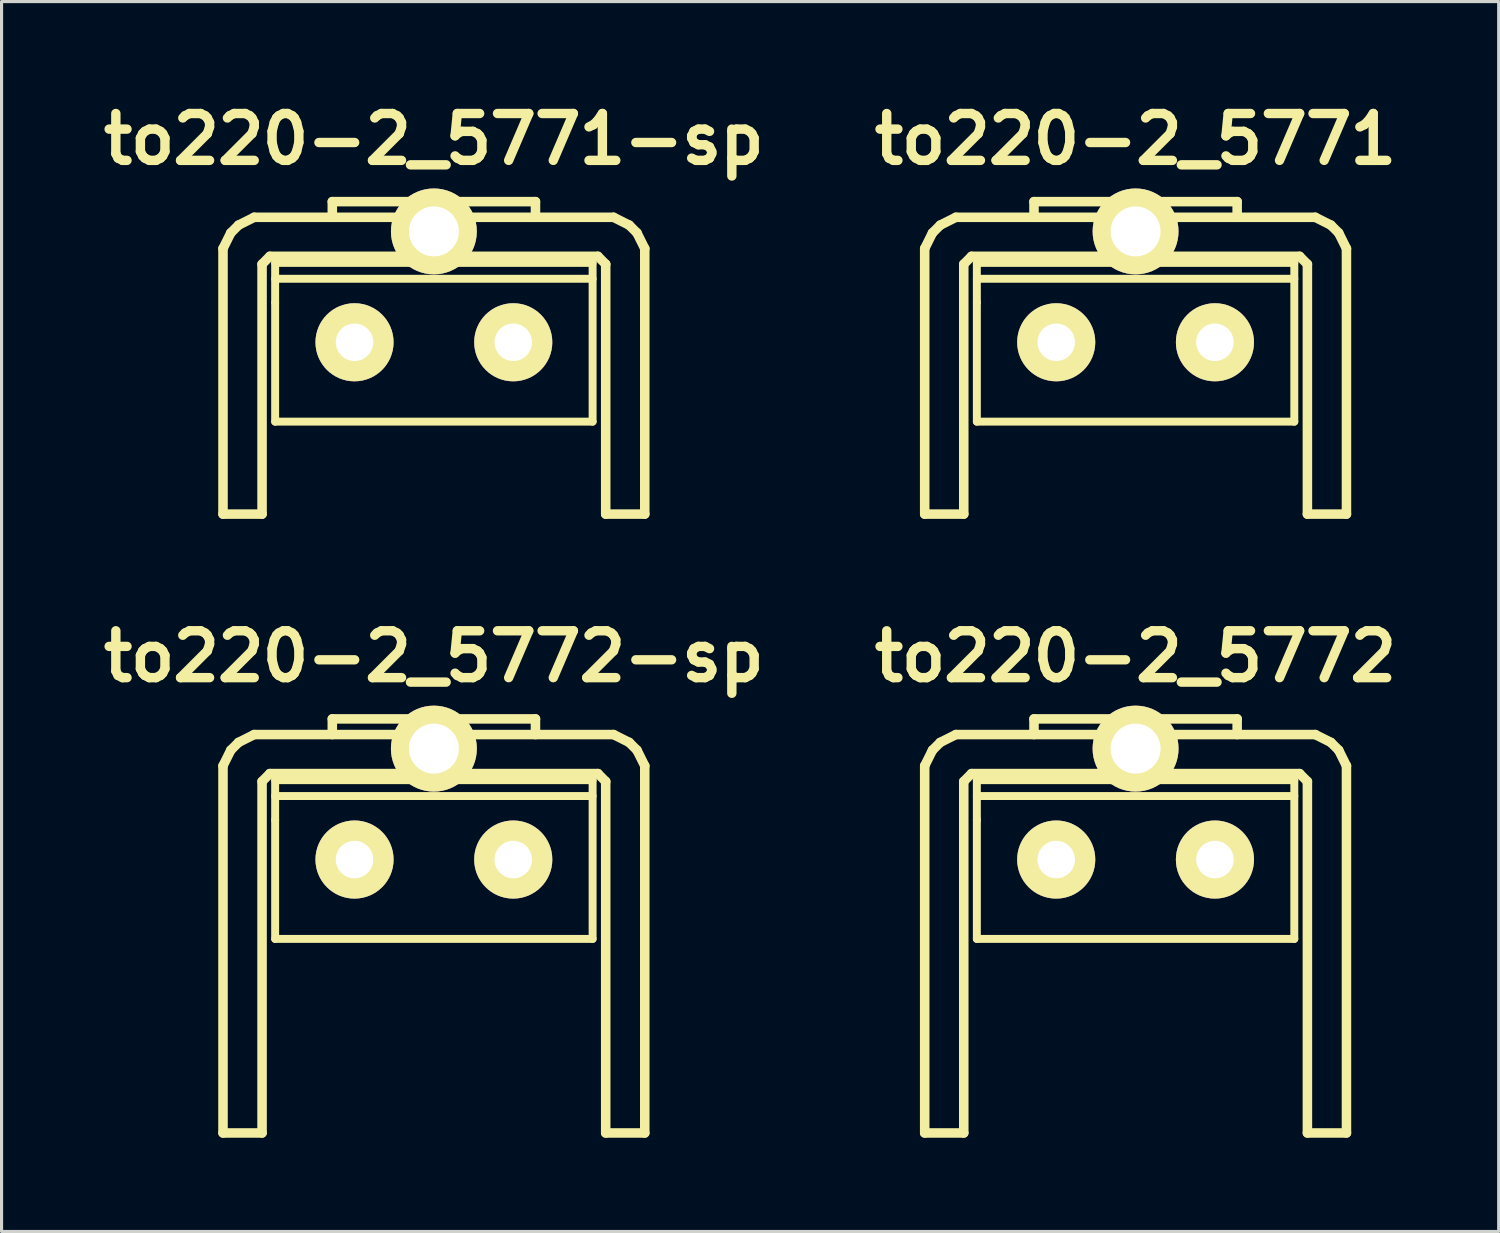
<source format=kicad_pcb>
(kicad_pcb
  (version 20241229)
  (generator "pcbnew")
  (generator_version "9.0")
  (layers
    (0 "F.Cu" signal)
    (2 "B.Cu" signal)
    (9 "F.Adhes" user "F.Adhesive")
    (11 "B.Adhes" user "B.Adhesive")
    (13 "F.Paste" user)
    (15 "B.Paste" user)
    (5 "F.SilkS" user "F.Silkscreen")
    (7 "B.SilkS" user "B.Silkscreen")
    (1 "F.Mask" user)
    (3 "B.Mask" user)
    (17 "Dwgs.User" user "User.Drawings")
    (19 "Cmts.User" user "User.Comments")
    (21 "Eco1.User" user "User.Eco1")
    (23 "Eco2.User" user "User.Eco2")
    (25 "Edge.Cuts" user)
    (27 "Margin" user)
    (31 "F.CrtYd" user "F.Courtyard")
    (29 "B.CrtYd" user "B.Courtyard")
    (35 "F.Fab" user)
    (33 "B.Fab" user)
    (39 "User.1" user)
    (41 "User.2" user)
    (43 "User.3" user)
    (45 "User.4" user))
  (footprint "to220-2_5771"
    (layer "F.Cu")
    (at 33.293 7.904)
    (property "Reference" "to220-2_5771" (at 0 -6.5 0) (layer "F.SilkS") (effects (font (size 1.5 1.5) (thickness 0.3))))
    (attr through_hole)
    (fp_line (start -6.749 -3) (end -6.749 5.499) (stroke (width 0.305) (type solid)) (layer "F.SilkS"))
    (fp_line (start -6.749 -3) (end -6.5 -3.5) (stroke (width 0.305) (type solid)) (layer "F.SilkS"))
    (fp_line (start -6.5 -3.5) (end -6.251 -3.749) (stroke (width 0.305) (type solid)) (layer "F.SilkS"))
    (fp_line (start -6.251 -3.749) (end -5.751 -4) (stroke (width 0.305) (type solid)) (layer "F.SilkS"))
    (fp_line (start -5.499 -2.499) (end -5.25 -2.751) (stroke (width 0.305) (type solid)) (layer "F.SilkS"))
    (fp_line (start -5.499 5.499) (end -6.749 5.499) (stroke (width 0.305) (type solid)) (layer "F.SilkS"))
    (fp_line (start -5.499 5.499) (end -5.499 -2.499) (stroke (width 0.305) (type solid)) (layer "F.SilkS"))
    (fp_line (start -5.25 -2.751) (end 5.25 -2.751) (stroke (width 0.305) (type solid)) (layer "F.SilkS"))
    (fp_line (start -5.08 -2.54) (end -5.08 -1.27) (stroke (width 0.254) (type solid)) (layer "F.SilkS"))
    (fp_line (start -5.08 -2.032) (end 5.08 -2.032) (stroke (width 0.254) (type solid)) (layer "F.SilkS"))
    (fp_line (start -5.08 -1.27) (end -5.08 2.54) (stroke (width 0.254) (type solid)) (layer "F.SilkS"))
    (fp_line (start -5.08 2.54) (end 5.08 2.54) (stroke (width 0.254) (type solid)) (layer "F.SilkS"))
    (fp_line (start -3.251 -4.501) (end 3.251 -4.501) (stroke (width 0.305) (type solid)) (layer "F.SilkS"))
    (fp_line (start -3.251 -4) (end -3.251 -4.501) (stroke (width 0.305) (type solid)) (layer "F.SilkS"))
    (fp_line (start 3.251 -4.501) (end 3.251 -4) (stroke (width 0.305) (type solid)) (layer "F.SilkS"))
    (fp_line (start 5.08 -2.54) (end -5.08 -2.54) (stroke (width 0.254) (type solid)) (layer "F.SilkS"))
    (fp_line (start 5.08 2.54) (end 5.08 -2.54) (stroke (width 0.254) (type solid)) (layer "F.SilkS"))
    (fp_line (start 5.25 -2.751) (end 5.499 -2.499) (stroke (width 0.305) (type solid)) (layer "F.SilkS"))
    (fp_line (start 5.499 5.499) (end 5.499 -2.499) (stroke (width 0.305) (type solid)) (layer "F.SilkS"))
    (fp_line (start 5.751 -4) (end -5.751 -4) (stroke (width 0.305) (type solid)) (layer "F.SilkS"))
    (fp_line (start 5.751 -4) (end 6.251 -3.749) (stroke (width 0.305) (type solid)) (layer "F.SilkS"))
    (fp_line (start 6.251 -3.749) (end 6.5 -3.5) (stroke (width 0.305) (type solid)) (layer "F.SilkS"))
    (fp_line (start 6.5 -3.5) (end 6.749 -3) (stroke (width 0.305) (type solid)) (layer "F.SilkS"))
    (fp_line (start 6.749 -3) (end 6.749 5.499) (stroke (width 0.305) (type solid)) (layer "F.SilkS"))
    (fp_line (start 6.749 5.499) (end 5.499 5.499) (stroke (width 0.305) (type solid)) (layer "F.SilkS"))
    (pad "" thru_hole circle (at 0 -3.548) (size 2.748 2.748) (drill 1.598) (layers "*.Cu" "*.Mask" "F.SilkS"))
    (pad "1" thru_hole circle (at 2.54 0) (size 2.499 2.499) (drill 1.199) (layers "*.Cu" "*.Mask" "F.SilkS"))
    (pad "2" thru_hole circle (at -2.54 0) (size 2.499 2.499) (drill 1.199) (layers "*.Cu" "*.Mask" "F.SilkS")))
  (footprint "to220-2_5771-sp"
    (layer "F.Cu")
    (at 10.836 7.904)
    (property "Reference" "to220-2_5771-sp" (at 0 -6.5 0) (layer "F.SilkS") (effects (font (size 1.5 1.5) (thickness 0.3))))
    (attr through_hole)
    (fp_line (start -6.749 -3) (end -6.749 5.499) (stroke (width 0.305) (type solid)) (layer "F.SilkS"))
    (fp_line (start -6.749 -3) (end -6.5 -3.5) (stroke (width 0.305) (type solid)) (layer "F.SilkS"))
    (fp_line (start -6.5 -3.5) (end -6.251 -3.749) (stroke (width 0.305) (type solid)) (layer "F.SilkS"))
    (fp_line (start -6.251 -3.749) (end -5.751 -4) (stroke (width 0.305) (type solid)) (layer "F.SilkS"))
    (fp_line (start -5.499 -2.499) (end -5.25 -2.751) (stroke (width 0.305) (type solid)) (layer "F.SilkS"))
    (fp_line (start -5.499 5.499) (end -6.749 5.499) (stroke (width 0.305) (type solid)) (layer "F.SilkS"))
    (fp_line (start -5.499 5.499) (end -5.499 -2.499) (stroke (width 0.305) (type solid)) (layer "F.SilkS"))
    (fp_line (start -5.25 -2.751) (end 5.25 -2.751) (stroke (width 0.305) (type solid)) (layer "F.SilkS"))
    (fp_line (start -5.08 -2.54) (end -5.08 -1.27) (stroke (width 0.254) (type solid)) (layer "F.SilkS"))
    (fp_line (start -5.08 -2.032) (end 5.08 -2.032) (stroke (width 0.254) (type solid)) (layer "F.SilkS"))
    (fp_line (start -5.08 -1.27) (end -5.08 2.54) (stroke (width 0.254) (type solid)) (layer "F.SilkS"))
    (fp_line (start -5.08 2.54) (end 5.08 2.54) (stroke (width 0.254) (type solid)) (layer "F.SilkS"))
    (fp_line (start -3.251 -4.501) (end 3.251 -4.501) (stroke (width 0.305) (type solid)) (layer "F.SilkS"))
    (fp_line (start -3.251 -4) (end -3.251 -4.501) (stroke (width 0.305) (type solid)) (layer "F.SilkS"))
    (fp_line (start 3.251 -4.501) (end 3.251 -4) (stroke (width 0.305) (type solid)) (layer "F.SilkS"))
    (fp_line (start 5.08 -2.54) (end -5.08 -2.54) (stroke (width 0.254) (type solid)) (layer "F.SilkS"))
    (fp_line (start 5.08 2.54) (end 5.08 -2.54) (stroke (width 0.254) (type solid)) (layer "F.SilkS"))
    (fp_line (start 5.25 -2.751) (end 5.499 -2.499) (stroke (width 0.305) (type solid)) (layer "F.SilkS"))
    (fp_line (start 5.499 5.499) (end 5.499 -2.499) (stroke (width 0.305) (type solid)) (layer "F.SilkS"))
    (fp_line (start 5.751 -4) (end -5.751 -4) (stroke (width 0.305) (type solid)) (layer "F.SilkS"))
    (fp_line (start 5.751 -4) (end 6.251 -3.749) (stroke (width 0.305) (type solid)) (layer "F.SilkS"))
    (fp_line (start 6.251 -3.749) (end 6.5 -3.5) (stroke (width 0.305) (type solid)) (layer "F.SilkS"))
    (fp_line (start 6.5 -3.5) (end 6.749 -3) (stroke (width 0.305) (type solid)) (layer "F.SilkS"))
    (fp_line (start 6.749 -3) (end 6.749 5.499) (stroke (width 0.305) (type solid)) (layer "F.SilkS"))
    (fp_line (start 6.749 5.499) (end 5.499 5.499) (stroke (width 0.305) (type solid)) (layer "F.SilkS"))
    (pad "" thru_hole circle (at 0 -3.548) (size 2.748 2.748) (drill 1.598) (layers "*.Cu" "*.Mask" "F.SilkS"))
    (pad "1" thru_hole circle (at -2.54 0) (size 2.499 2.499) (drill 1.199) (layers "*.Cu" "*.Mask" "F.SilkS"))
    (pad "2" thru_hole circle (at 2.54 0) (size 2.499 2.499) (drill 1.199) (layers "*.Cu" "*.Mask" "F.SilkS")))
  (footprint "to220-2_5772-sp"
    (layer "F.Cu")
    (at 10.836 24.459)
    (property "Reference" "to220-2_5772-sp" (at 0 -6.5 0) (layer "F.SilkS") (effects (font (size 1.5 1.5) (thickness 0.3))))
    (attr through_hole)
    (fp_line (start -6.749 -3) (end -6.749 8.75) (stroke (width 0.305) (type solid)) (layer "F.SilkS"))
    (fp_line (start -6.749 -3) (end -6.5 -3.5) (stroke (width 0.305) (type solid)) (layer "F.SilkS"))
    (fp_line (start -6.5 -3.5) (end -6.251 -3.749) (stroke (width 0.305) (type solid)) (layer "F.SilkS"))
    (fp_line (start -6.251 -3.749) (end -5.751 -4) (stroke (width 0.305) (type solid)) (layer "F.SilkS"))
    (fp_line (start -5.499 -2.499) (end -5.25 -2.751) (stroke (width 0.305) (type solid)) (layer "F.SilkS"))
    (fp_line (start -5.499 8.75) (end -6.749 8.75) (stroke (width 0.305) (type solid)) (layer "F.SilkS"))
    (fp_line (start -5.499 8.75) (end -5.499 -2.499) (stroke (width 0.305) (type solid)) (layer "F.SilkS"))
    (fp_line (start -5.25 -2.751) (end 5.25 -2.751) (stroke (width 0.305) (type solid)) (layer "F.SilkS"))
    (fp_line (start -5.08 -2.54) (end -5.08 -1.27) (stroke (width 0.254) (type solid)) (layer "F.SilkS"))
    (fp_line (start -5.08 -2.032) (end 5.08 -2.032) (stroke (width 0.254) (type solid)) (layer "F.SilkS"))
    (fp_line (start -5.08 -1.27) (end -5.08 2.54) (stroke (width 0.254) (type solid)) (layer "F.SilkS"))
    (fp_line (start -5.08 2.54) (end 5.08 2.54) (stroke (width 0.254) (type solid)) (layer "F.SilkS"))
    (fp_line (start -3.251 -4.501) (end 3.251 -4.501) (stroke (width 0.305) (type solid)) (layer "F.SilkS"))
    (fp_line (start -3.251 -4) (end -3.251 -4.501) (stroke (width 0.305) (type solid)) (layer "F.SilkS"))
    (fp_line (start 3.251 -4.501) (end 3.251 -4) (stroke (width 0.305) (type solid)) (layer "F.SilkS"))
    (fp_line (start 5.08 -2.54) (end -5.08 -2.54) (stroke (width 0.254) (type solid)) (layer "F.SilkS"))
    (fp_line (start 5.08 2.54) (end 5.08 -2.54) (stroke (width 0.254) (type solid)) (layer "F.SilkS"))
    (fp_line (start 5.25 -2.751) (end 5.499 -2.499) (stroke (width 0.305) (type solid)) (layer "F.SilkS"))
    (fp_line (start 5.499 -2.499) (end 5.499 8.75) (stroke (width 0.305) (type solid)) (layer "F.SilkS"))
    (fp_line (start 5.751 -4) (end -5.751 -4) (stroke (width 0.305) (type solid)) (layer "F.SilkS"))
    (fp_line (start 5.751 -4) (end 6.251 -3.749) (stroke (width 0.305) (type solid)) (layer "F.SilkS"))
    (fp_line (start 6.251 -3.749) (end 6.5 -3.5) (stroke (width 0.305) (type solid)) (layer "F.SilkS"))
    (fp_line (start 6.5 -3.5) (end 6.749 -3) (stroke (width 0.305) (type solid)) (layer "F.SilkS"))
    (fp_line (start 6.749 -3) (end 6.749 8.75) (stroke (width 0.305) (type solid)) (layer "F.SilkS"))
    (fp_line (start 6.749 8.75) (end 5.499 8.75) (stroke (width 0.305) (type solid)) (layer "F.SilkS"))
    (pad "" thru_hole circle (at 0 -3.55) (size 2.75 2.75) (drill 1.6) (layers "*.Cu" "*.Mask" "F.SilkS"))
    (pad "1" thru_hole circle (at -2.54 0) (size 2.5 2.5) (drill 1.2) (layers "*.Cu" "*.Mask" "F.SilkS"))
    (pad "2" thru_hole circle (at 2.54 0) (size 2.5 2.5) (drill 1.2) (layers "*.Cu" "*.Mask" "F.SilkS")))
  (footprint "to220-2_5772"
    (layer "F.Cu")
    (at 33.293 24.459)
    (property "Reference" "to220-2_5772" (at 0 -6.5 0) (layer "F.SilkS") (effects (font (size 1.5 1.5) (thickness 0.3))))
    (attr through_hole)
    (fp_line (start -6.749 -3) (end -6.749 8.75) (stroke (width 0.305) (type solid)) (layer "F.SilkS"))
    (fp_line (start -6.749 -3) (end -6.5 -3.5) (stroke (width 0.305) (type solid)) (layer "F.SilkS"))
    (fp_line (start -6.5 -3.5) (end -6.251 -3.749) (stroke (width 0.305) (type solid)) (layer "F.SilkS"))
    (fp_line (start -6.251 -3.749) (end -5.751 -4) (stroke (width 0.305) (type solid)) (layer "F.SilkS"))
    (fp_line (start -5.499 -2.499) (end -5.25 -2.751) (stroke (width 0.305) (type solid)) (layer "F.SilkS"))
    (fp_line (start -5.499 8.75) (end -6.749 8.75) (stroke (width 0.305) (type solid)) (layer "F.SilkS"))
    (fp_line (start -5.499 8.75) (end -5.499 -2.499) (stroke (width 0.305) (type solid)) (layer "F.SilkS"))
    (fp_line (start -5.25 -2.751) (end 5.25 -2.751) (stroke (width 0.305) (type solid)) (layer "F.SilkS"))
    (fp_line (start -5.08 -2.54) (end -5.08 -1.27) (stroke (width 0.254) (type solid)) (layer "F.SilkS"))
    (fp_line (start -5.08 -2.032) (end 5.08 -2.032) (stroke (width 0.254) (type solid)) (layer "F.SilkS"))
    (fp_line (start -5.08 -1.27) (end -5.08 2.54) (stroke (width 0.254) (type solid)) (layer "F.SilkS"))
    (fp_line (start -5.08 2.54) (end 5.08 2.54) (stroke (width 0.254) (type solid)) (layer "F.SilkS"))
    (fp_line (start -3.251 -4.501) (end 3.251 -4.501) (stroke (width 0.305) (type solid)) (layer "F.SilkS"))
    (fp_line (start -3.251 -4) (end -3.251 -4.501) (stroke (width 0.305) (type solid)) (layer "F.SilkS"))
    (fp_line (start 3.251 -4.501) (end 3.251 -4) (stroke (width 0.305) (type solid)) (layer "F.SilkS"))
    (fp_line (start 5.08 -2.54) (end -5.08 -2.54) (stroke (width 0.254) (type solid)) (layer "F.SilkS"))
    (fp_line (start 5.08 2.54) (end 5.08 -2.54) (stroke (width 0.254) (type solid)) (layer "F.SilkS"))
    (fp_line (start 5.25 -2.751) (end 5.499 -2.499) (stroke (width 0.305) (type solid)) (layer "F.SilkS"))
    (fp_line (start 5.499 -2.499) (end 5.499 8.75) (stroke (width 0.305) (type solid)) (layer "F.SilkS"))
    (fp_line (start 5.751 -4) (end -5.751 -4) (stroke (width 0.305) (type solid)) (layer "F.SilkS"))
    (fp_line (start 5.751 -4) (end 6.251 -3.749) (stroke (width 0.305) (type solid)) (layer "F.SilkS"))
    (fp_line (start 6.251 -3.749) (end 6.5 -3.5) (stroke (width 0.305) (type solid)) (layer "F.SilkS"))
    (fp_line (start 6.5 -3.5) (end 6.749 -3) (stroke (width 0.305) (type solid)) (layer "F.SilkS"))
    (fp_line (start 6.749 -3) (end 6.749 8.75) (stroke (width 0.305) (type solid)) (layer "F.SilkS"))
    (fp_line (start 6.749 8.75) (end 5.499 8.75) (stroke (width 0.305) (type solid)) (layer "F.SilkS"))
    (pad "" thru_hole circle (at 0 -3.55) (size 2.75 2.75) (drill 1.6) (layers "*.Cu" "*.Mask" "F.SilkS"))
    (pad "1" thru_hole circle (at 2.54 0) (size 2.5 2.5) (drill 1.2) (layers "*.Cu" "*.Mask" "F.SilkS"))
    (pad "2" thru_hole circle (at -2.54 0) (size 2.5 2.5) (drill 1.2) (layers "*.Cu" "*.Mask" "F.SilkS")))
  (gr_rect
    (start -3 -3)
    (end 44.914 36.362)
    (stroke (width 0.1) (type default))
    (fill no)
    (layer "Edge.Cuts")))
</source>
